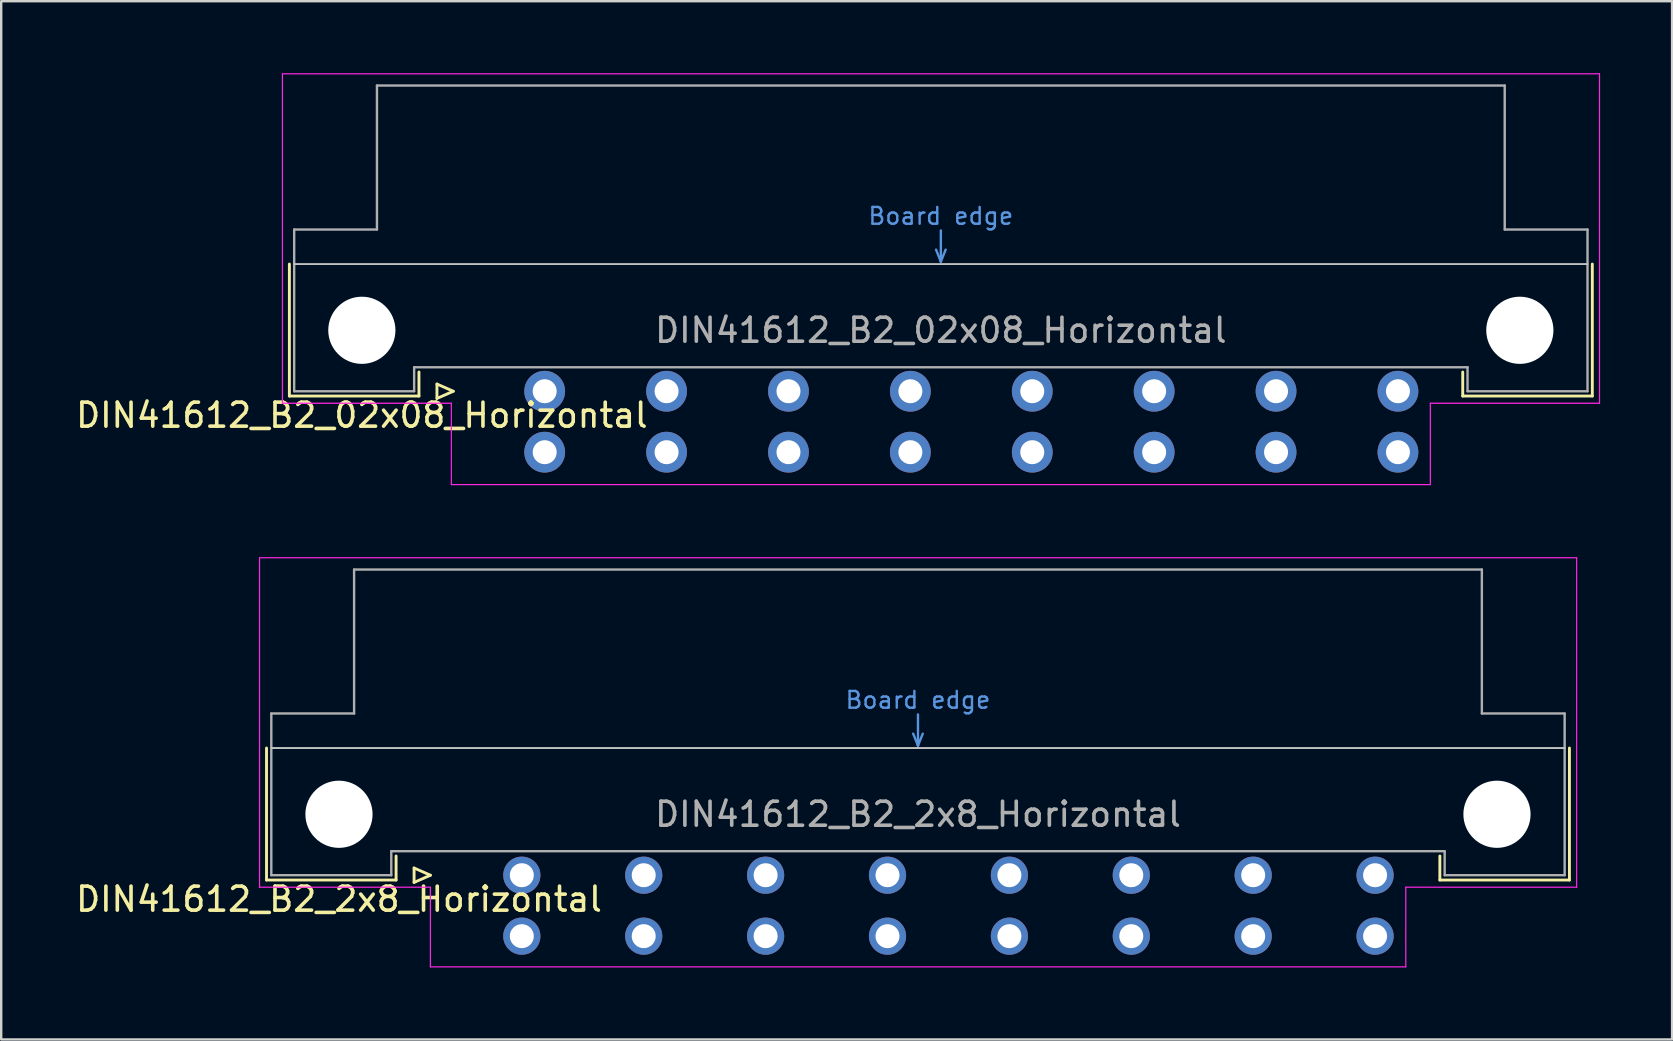
<source format=kicad_pcb>
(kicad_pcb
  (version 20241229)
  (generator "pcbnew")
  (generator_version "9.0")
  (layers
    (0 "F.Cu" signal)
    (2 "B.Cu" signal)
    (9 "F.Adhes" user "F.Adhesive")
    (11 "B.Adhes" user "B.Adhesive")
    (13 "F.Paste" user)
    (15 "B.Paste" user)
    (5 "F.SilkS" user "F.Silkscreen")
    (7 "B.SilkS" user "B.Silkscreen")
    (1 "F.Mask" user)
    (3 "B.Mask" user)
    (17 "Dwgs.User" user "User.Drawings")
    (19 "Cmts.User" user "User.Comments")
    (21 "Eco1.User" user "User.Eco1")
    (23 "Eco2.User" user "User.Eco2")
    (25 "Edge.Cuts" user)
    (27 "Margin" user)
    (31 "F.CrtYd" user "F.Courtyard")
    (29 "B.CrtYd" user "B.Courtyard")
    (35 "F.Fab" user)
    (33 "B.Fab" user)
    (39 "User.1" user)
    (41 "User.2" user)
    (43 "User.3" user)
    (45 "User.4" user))
  (footprint "DIN41612_B2_2x8_Horizontal"
    (layer "F.Cu")
    (at 16.157 33.425)
    (property "Reference" "DIN41612_B2_2x8_Horizontal" (at -5.08 1 0) (layer "F.SilkS") (effects (font (size 1 1) (thickness 0.15))))
    (attr through_hole)
    (fp_line (start -8.1 -5.3) (end -8.1 0.2) (stroke (width 0.12) (type solid)) (layer "F.SilkS"))
    (fp_line (start -8.1 0.2) (end -2.7 0.2) (stroke (width 0.12) (type solid)) (layer "F.SilkS"))
    (fp_line (start -2.7 0.2) (end -2.7 -0.8) (stroke (width 0.12) (type solid)) (layer "F.SilkS"))
    (fp_line (start -1.95 -0.3) (end -1.95 0.3) (stroke (width 0.12) (type solid)) (layer "F.SilkS"))
    (fp_line (start -1.95 0.3) (end -1.27 0) (stroke (width 0.12) (type solid)) (layer "F.SilkS"))
    (fp_line (start -1.27 0) (end -1.95 -0.3) (stroke (width 0.12) (type solid)) (layer "F.SilkS"))
    (fp_line (start 40.8 0.2) (end 40.8 -0.8) (stroke (width 0.12) (type solid)) (layer "F.SilkS"))
    (fp_line (start 46.2 -5.3) (end 46.2 0.2) (stroke (width 0.12) (type solid)) (layer "F.SilkS"))
    (fp_line (start 46.2 0.2) (end 40.8 0.2) (stroke (width 0.12) (type solid)) (layer "F.SilkS"))
    (fp_line (start -7.9 -5.3) (end 46 -5.3) (stroke (width 0.08) (type solid)) (layer "Dwgs.User"))
    (fp_line (start 18.85 -5.9) (end 19.05 -5.4) (stroke (width 0.1) (type solid)) (layer "Cmts.User"))
    (fp_line (start 19.05 -5.4) (end 19.05 -6.7) (stroke (width 0.1) (type solid)) (layer "Cmts.User"))
    (fp_line (start 19.05 -5.4) (end 19.25 -5.9) (stroke (width 0.1) (type solid)) (layer "Cmts.User"))
    (fp_line (start -8.39 -13.23) (end -8.39 0.5) (stroke (width 0.05) (type solid)) (layer "F.CrtYd"))
    (fp_line (start -8.39 0.5) (end -1.27 0.5) (stroke (width 0.05) (type solid)) (layer "F.CrtYd"))
    (fp_line (start -1.27 0.5) (end -1.27 3.82) (stroke (width 0.05) (type solid)) (layer "F.CrtYd"))
    (fp_line (start -1.27 3.82) (end 39.38 3.82) (stroke (width 0.05) (type solid)) (layer "F.CrtYd"))
    (fp_line (start 39.38 0.5) (end 46.5 0.5) (stroke (width 0.05) (type solid)) (layer "F.CrtYd"))
    (fp_line (start 39.38 3.82) (end 39.38 0.5) (stroke (width 0.05) (type solid)) (layer "F.CrtYd"))
    (fp_line (start 46.5 -13.23) (end -8.39 -13.23) (stroke (width 0.05) (type solid)) (layer "F.CrtYd"))
    (fp_line (start 46.5 0.5) (end 46.5 -13.23) (stroke (width 0.05) (type solid)) (layer "F.CrtYd"))
    (fp_line (start -7.9 -6.74) (end -7.9 0) (stroke (width 0.1) (type solid)) (layer "F.Fab"))
    (fp_line (start -7.9 0) (end -2.9 0) (stroke (width 0.1) (type solid)) (layer "F.Fab"))
    (fp_line (start -4.45 -12.74) (end -4.45 -6.74) (stroke (width 0.1) (type solid)) (layer "F.Fab"))
    (fp_line (start -4.45 -6.74) (end -7.9 -6.74) (stroke (width 0.1) (type solid)) (layer "F.Fab"))
    (fp_line (start -2.9 -1) (end 41 -1) (stroke (width 0.1) (type solid)) (layer "F.Fab"))
    (fp_line (start -2.9 0) (end -2.9 -1) (stroke (width 0.1) (type solid)) (layer "F.Fab"))
    (fp_line (start 41 -1) (end 41 0) (stroke (width 0.1) (type solid)) (layer "F.Fab"))
    (fp_line (start 41 0) (end 46 0) (stroke (width 0.1) (type solid)) (layer "F.Fab"))
    (fp_line (start 42.55 -12.74) (end -4.45 -12.74) (stroke (width 0.1) (type solid)) (layer "F.Fab"))
    (fp_line (start 42.55 -6.74) (end 42.55 -12.74) (stroke (width 0.1) (type solid)) (layer "F.Fab"))
    (fp_line (start 46 -6.74) (end 42.55 -6.74) (stroke (width 0.1) (type solid)) (layer "F.Fab"))
    (fp_line (start 46 0) (end 46 -6.74) (stroke (width 0.1) (type solid)) (layer "F.Fab"))
    (fp_text user "Board edge" (at 19.05 -7.3 0) (layer "Cmts.User") (effects (font (size 0.7 0.7) (thickness 0.1))))
    (fp_text user "${REFERENCE}" (at 19.05 -2.54 0) (layer "F.Fab") (effects (font (size 1 1) (thickness 0.15))))
    (pad "" np_thru_hole circle (at -5.08 -2.54) (size 2.8 2.8) (drill 2.8) (layers "*.Cu" "*.Mask"))
    (pad "" np_thru_hole circle (at 43.18 -2.54) (size 2.8 2.8) (drill 2.8) (layers "*.Cu" "*.Mask"))
    (pad "a2" thru_hole circle (at 2.54 0) (size 1.55 1.55) (drill 1) (layers "*.Cu" "*.Mask"))
    (pad "a4" thru_hole circle (at 7.62 0) (size 1.55 1.55) (drill 1) (layers "*.Cu" "*.Mask"))
    (pad "a6" thru_hole circle (at 12.7 0) (size 1.55 1.55) (drill 1) (layers "*.Cu" "*.Mask"))
    (pad "a8" thru_hole circle (at 17.78 0) (size 1.55 1.55) (drill 1) (layers "*.Cu" "*.Mask"))
    (pad "a10" thru_hole circle (at 22.86 0) (size 1.55 1.55) (drill 1) (layers "*.Cu" "*.Mask"))
    (pad "a12" thru_hole circle (at 27.94 0) (size 1.55 1.55) (drill 1) (layers "*.Cu" "*.Mask"))
    (pad "a14" thru_hole circle (at 33.02 0) (size 1.55 1.55) (drill 1) (layers "*.Cu" "*.Mask"))
    (pad "a16" thru_hole circle (at 38.1 0) (size 1.55 1.55) (drill 1) (layers "*.Cu" "*.Mask"))
    (pad "b2" thru_hole circle (at 2.54 2.54) (size 1.55 1.55) (drill 1) (layers "*.Cu" "*.Mask"))
    (pad "b4" thru_hole circle (at 7.62 2.54) (size 1.55 1.55) (drill 1) (layers "*.Cu" "*.Mask"))
    (pad "b6" thru_hole circle (at 12.7 2.54) (size 1.55 1.55) (drill 1) (layers "*.Cu" "*.Mask"))
    (pad "b8" thru_hole circle (at 17.78 2.54) (size 1.55 1.55) (drill 1) (layers "*.Cu" "*.Mask"))
    (pad "b10" thru_hole circle (at 22.86 2.54) (size 1.55 1.55) (drill 1) (layers "*.Cu" "*.Mask"))
    (pad "b12" thru_hole circle (at 27.94 2.54) (size 1.55 1.55) (drill 1) (layers "*.Cu" "*.Mask"))
    (pad "b14" thru_hole circle (at 33.02 2.54) (size 1.55 1.55) (drill 1) (layers "*.Cu" "*.Mask"))
    (pad "b16" thru_hole circle (at 38.1 2.54) (size 1.55 1.55) (drill 1) (layers "*.Cu" "*.Mask")))
  (footprint "DIN41612_B2_02x08_Horizontal"
    (layer "F.Cu")
    (at 17.11 13.255)
    (property "Reference" "DIN41612_B2_02x08_Horizontal" (at -5.08 1 0) (layer "F.SilkS") (effects (font (size 1 1) (thickness 0.15))))
    (attr through_hole)
    (fp_line (start -8.1 -5.3) (end -8.1 0.2) (stroke (width 0.12) (type solid)) (layer "F.SilkS"))
    (fp_line (start -8.1 0.2) (end -2.7 0.2) (stroke (width 0.12) (type solid)) (layer "F.SilkS"))
    (fp_line (start -2.7 0.2) (end -2.7 -0.8) (stroke (width 0.12) (type solid)) (layer "F.SilkS"))
    (fp_line (start -1.95 -0.3) (end -1.95 0.3) (stroke (width 0.12) (type solid)) (layer "F.SilkS"))
    (fp_line (start -1.95 0.3) (end -1.27 0) (stroke (width 0.12) (type solid)) (layer "F.SilkS"))
    (fp_line (start -1.27 0) (end -1.95 -0.3) (stroke (width 0.12) (type solid)) (layer "F.SilkS"))
    (fp_line (start 40.8 0.2) (end 40.8 -0.8) (stroke (width 0.12) (type solid)) (layer "F.SilkS"))
    (fp_line (start 46.2 -5.3) (end 46.2 0.2) (stroke (width 0.12) (type solid)) (layer "F.SilkS"))
    (fp_line (start 46.2 0.2) (end 40.8 0.2) (stroke (width 0.12) (type solid)) (layer "F.SilkS"))
    (fp_line (start -7.9 -5.3) (end 46 -5.3) (stroke (width 0.08) (type solid)) (layer "Dwgs.User"))
    (fp_line (start 18.85 -5.9) (end 19.05 -5.4) (stroke (width 0.1) (type solid)) (layer "Cmts.User"))
    (fp_line (start 19.05 -5.4) (end 19.05 -6.7) (stroke (width 0.1) (type solid)) (layer "Cmts.User"))
    (fp_line (start 19.05 -5.4) (end 19.25 -5.9) (stroke (width 0.1) (type solid)) (layer "Cmts.User"))
    (fp_line (start -8.39 -13.23) (end -8.39 0.5) (stroke (width 0.05) (type solid)) (layer "F.CrtYd"))
    (fp_line (start -8.39 0.5) (end -1.35 0.5) (stroke (width 0.05) (type solid)) (layer "F.CrtYd"))
    (fp_line (start -1.35 0.5) (end -1.35 3.89) (stroke (width 0.05) (type solid)) (layer "F.CrtYd"))
    (fp_line (start -1.35 3.89) (end 39.45 3.89) (stroke (width 0.05) (type solid)) (layer "F.CrtYd"))
    (fp_line (start 39.45 0.5) (end 46.5 0.5) (stroke (width 0.05) (type solid)) (layer "F.CrtYd"))
    (fp_line (start 39.45 3.89) (end 39.45 0.5) (stroke (width 0.05) (type solid)) (layer "F.CrtYd"))
    (fp_line (start 46.5 -13.23) (end -8.39 -13.23) (stroke (width 0.05) (type solid)) (layer "F.CrtYd"))
    (fp_line (start 46.5 0.5) (end 46.5 -13.23) (stroke (width 0.05) (type solid)) (layer "F.CrtYd"))
    (fp_line (start -7.9 -6.74) (end -7.9 0) (stroke (width 0.1) (type solid)) (layer "F.Fab"))
    (fp_line (start -7.9 0) (end -2.9 0) (stroke (width 0.1) (type solid)) (layer "F.Fab"))
    (fp_line (start -4.45 -12.74) (end -4.45 -6.74) (stroke (width 0.1) (type solid)) (layer "F.Fab"))
    (fp_line (start -4.45 -6.74) (end -7.9 -6.74) (stroke (width 0.1) (type solid)) (layer "F.Fab"))
    (fp_line (start -2.9 -1) (end 41 -1) (stroke (width 0.1) (type solid)) (layer "F.Fab"))
    (fp_line (start -2.9 0) (end -2.9 -1) (stroke (width 0.1) (type solid)) (layer "F.Fab"))
    (fp_line (start 41 -1) (end 41 0) (stroke (width 0.1) (type solid)) (layer "F.Fab"))
    (fp_line (start 41 0) (end 46 0) (stroke (width 0.1) (type solid)) (layer "F.Fab"))
    (fp_line (start 42.55 -12.74) (end -4.45 -12.74) (stroke (width 0.1) (type solid)) (layer "F.Fab"))
    (fp_line (start 42.55 -6.74) (end 42.55 -12.74) (stroke (width 0.1) (type solid)) (layer "F.Fab"))
    (fp_line (start 46 -6.74) (end 42.55 -6.74) (stroke (width 0.1) (type solid)) (layer "F.Fab"))
    (fp_line (start 46 0) (end 46 -6.74) (stroke (width 0.1) (type solid)) (layer "F.Fab"))
    (fp_text user "Board edge" (at 19.05 -7.3 0) (layer "Cmts.User") (effects (font (size 0.7 0.7) (thickness 0.1))))
    (fp_text user "${REFERENCE}" (at 19.05 -2.54 0) (layer "F.Fab") (effects (font (size 1 1) (thickness 0.15))))
    (pad "" np_thru_hole circle (at -5.08 -2.54) (size 2.8 2.8) (drill 2.8) (layers "*.Cu" "*.Mask"))
    (pad "" np_thru_hole circle (at 43.18 -2.54) (size 2.8 2.8) (drill 2.8) (layers "*.Cu" "*.Mask"))
    (pad "a2" thru_hole circle (at 2.54 0) (size 1.7 1.7) (drill 1) (layers "*.Cu" "*.Mask"))
    (pad "a4" thru_hole circle (at 7.62 0) (size 1.7 1.7) (drill 1) (layers "*.Cu" "*.Mask"))
    (pad "a6" thru_hole circle (at 12.7 0) (size 1.7 1.7) (drill 1) (layers "*.Cu" "*.Mask"))
    (pad "a8" thru_hole circle (at 17.78 0) (size 1.7 1.7) (drill 1) (layers "*.Cu" "*.Mask"))
    (pad "a10" thru_hole circle (at 22.86 0) (size 1.7 1.7) (drill 1) (layers "*.Cu" "*.Mask"))
    (pad "a12" thru_hole circle (at 27.94 0) (size 1.7 1.7) (drill 1) (layers "*.Cu" "*.Mask"))
    (pad "a14" thru_hole circle (at 33.02 0) (size 1.7 1.7) (drill 1) (layers "*.Cu" "*.Mask"))
    (pad "a16" thru_hole circle (at 38.1 0) (size 1.7 1.7) (drill 1) (layers "*.Cu" "*.Mask"))
    (pad "b2" thru_hole circle (at 2.54 2.54) (size 1.7 1.7) (drill 1) (layers "*.Cu" "*.Mask"))
    (pad "b4" thru_hole circle (at 7.62 2.54) (size 1.7 1.7) (drill 1) (layers "*.Cu" "*.Mask"))
    (pad "b6" thru_hole circle (at 12.7 2.54) (size 1.7 1.7) (drill 1) (layers "*.Cu" "*.Mask"))
    (pad "b8" thru_hole circle (at 17.78 2.54) (size 1.7 1.7) (drill 1) (layers "*.Cu" "*.Mask"))
    (pad "b10" thru_hole circle (at 22.86 2.54) (size 1.7 1.7) (drill 1) (layers "*.Cu" "*.Mask"))
    (pad "b12" thru_hole circle (at 27.94 2.54) (size 1.7 1.7) (drill 1) (layers "*.Cu" "*.Mask"))
    (pad "b14" thru_hole circle (at 33.02 2.54) (size 1.7 1.7) (drill 1) (layers "*.Cu" "*.Mask"))
    (pad "b16" thru_hole circle (at 38.1 2.54) (size 1.7 1.7) (drill 1) (layers "*.Cu" "*.Mask")))
  (gr_rect
    (start -3 -3)
    (end 66.635 40.27)
    (stroke (width 0.1) (type default))
    (fill no)
    (layer "Edge.Cuts")))
</source>
